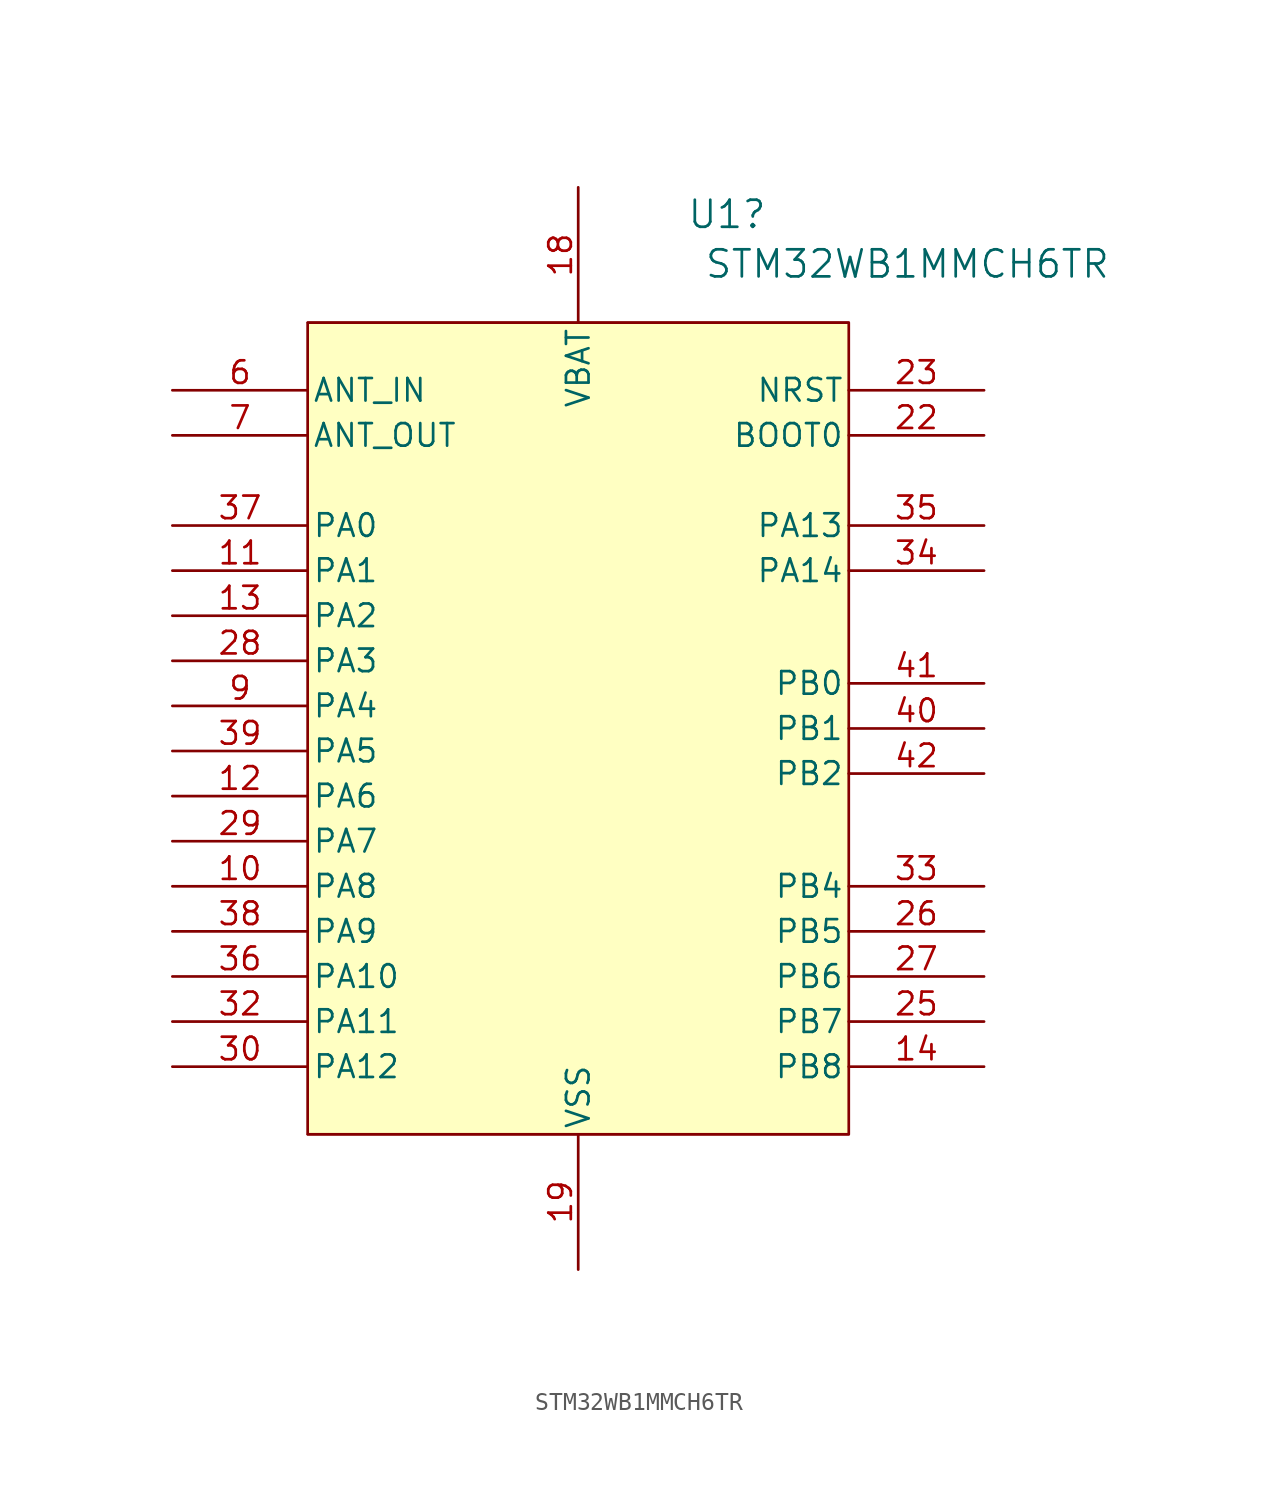
<source format=kicad_sym>
(kicad_symbol_lib
  (version 20241209)
  (generator "kicad_symbol_editor")
  (generator_version "9.0")
  (symbol "STM32WB1MMCH6TR"
    (pin_names
      (offset 0.254))
    (property "Reference" "U1"
      (at 31.242 1.016 0)
      (effects (font (size 1.524 1.524))))
    (property "Value" "STM32WB1MMCH6TR"
      (at 41.402 -1.778 0)
      (effects (font (size 1.524 1.524))))
    (symbol "STM32WB1MMCH6TR_0_1"
      (polyline (pts (xy 7.62 -50.8) (xy 38.1 -50.8)) (stroke (width 0.127) (type default)) (fill (type color) (color 0 0 0 0)))
      (polyline (pts (xy 38.1 -5.08) (xy 7.62 -5.08)) (stroke (width 0.127) (type default)) (fill (type color) (color 0 0 0 0)))
      (pin input line (at 0 -8.89 0) (length 7.62) (name "ANT_IN" (effects (font (size 1.27 1.27)))) (number "6" (effects (font (size 1.27 1.27)))))
      (pin output line (at 0 -11.43 0) (length 7.62) (name "ANT_OUT" (effects (font (size 1.27 1.27)))) (number "7" (effects (font (size 1.27 1.27)))))
      (pin bidirectional line (at 0 -16.51 0) (length 7.62) (name "PA0" (effects (font (size 1.27 1.27)))) (number "37" (effects (font (size 1.27 1.27)))))
      (pin bidirectional line (at 0 -19.05 0) (length 7.62) (name "PA1" (effects (font (size 1.27 1.27)))) (number "11" (effects (font (size 1.27 1.27)))))
      (pin bidirectional line (at 0 -21.59 0) (length 7.62) (name "PA2" (effects (font (size 1.27 1.27)))) (number "13" (effects (font (size 1.27 1.27)))))
      (pin bidirectional line (at 0 -24.13 0) (length 7.62) (name "PA3" (effects (font (size 1.27 1.27)))) (number "28" (effects (font (size 1.27 1.27)))))
      (pin bidirectional line (at 0 -26.67 0) (length 7.62) (name "PA4" (effects (font (size 1.27 1.27)))) (number "9" (effects (font (size 1.27 1.27)))))
      (pin bidirectional line (at 0 -29.21 0) (length 7.62) (name "PA5" (effects (font (size 1.27 1.27)))) (number "39" (effects (font (size 1.27 1.27)))))
      (pin bidirectional line (at 0 -31.75 0) (length 7.62) (name "PA6" (effects (font (size 1.27 1.27)))) (number "12" (effects (font (size 1.27 1.27)))))
      (pin bidirectional line (at 0 -34.29 0) (length 7.62) (name "PA7" (effects (font (size 1.27 1.27)))) (number "29" (effects (font (size 1.27 1.27)))))
      (pin bidirectional line (at 0 -36.83 0) (length 7.62) (name "PA8" (effects (font (size 1.27 1.27)))) (number "10" (effects (font (size 1.27 1.27)))))
      (pin bidirectional line (at 0 -39.37 0) (length 7.62) (name "PA9" (effects (font (size 1.27 1.27)))) (number "38" (effects (font (size 1.27 1.27)))))
      (pin bidirectional line (at 0 -41.91 0) (length 7.62) (name "PA10" (effects (font (size 1.27 1.27)))) (number "36" (effects (font (size 1.27 1.27)))))
      (pin bidirectional line (at 0 -44.45 0) (length 7.62) (name "PA11" (effects (font (size 1.27 1.27)))) (number "32" (effects (font (size 1.27 1.27)))))
      (pin bidirectional line (at 0 -46.99 0) (length 7.62) (name "PA12" (effects (font (size 1.27 1.27)))) (number "30" (effects (font (size 1.27 1.27)))))
      (pin passive line (at 22.86 2.54 270) (length 7.62) (hide yes) (name "VDDA" (effects (font (size 1.27 1.27)))) (number "16" (effects (font (size 1.27 1.27)))))
      (pin power_in line (at 22.86 2.54 270) (length 7.62) (name "VBAT" (effects (font (size 1.27 1.27)))) (number "18" (effects (font (size 1.27 1.27)))))
      (pin passive line (at 22.86 2.54 270) (length 7.62) (hide yes) (name "VDDSMPS" (effects (font (size 1.27 1.27)))) (number "20" (effects (font (size 1.27 1.27)))))
      (pin passive line (at 22.86 -58.42 90) (length 7.62) (hide yes) (name "VSS" (effects (font (size 1.27 1.27)))) (number "1" (effects (font (size 1.27 1.27)))))
      (pin passive line (at 22.86 -58.42 90) (length 7.62) (hide yes) (name "VSS" (effects (font (size 1.27 1.27)))) (number "15" (effects (font (size 1.27 1.27)))))
      (pin passive line (at 22.86 -58.42 90) (length 7.62) (hide yes) (name "VSS" (effects (font (size 1.27 1.27)))) (number "17" (effects (font (size 1.27 1.27)))))
      (pin power_in line (at 22.86 -58.42 90) (length 7.62) (name "VSS" (effects (font (size 1.27 1.27)))) (number "19" (effects (font (size 1.27 1.27)))))
      (pin passive line (at 22.86 -58.42 90) (length 7.62) (hide yes) (name "VSS" (effects (font (size 1.27 1.27)))) (number "2" (effects (font (size 1.27 1.27)))))
      (pin passive line (at 22.86 -58.42 90) (length 7.62) (hide yes) (name "VSSSMPS" (effects (font (size 1.27 1.27)))) (number "21" (effects (font (size 1.27 1.27)))))
      (pin passive line (at 22.86 -58.42 90) (length 7.62) (hide yes) (name "VSS" (effects (font (size 1.27 1.27)))) (number "24" (effects (font (size 1.27 1.27)))))
      (pin passive line (at 22.86 -58.42 90) (length 7.62) (hide yes) (name "VSS" (effects (font (size 1.27 1.27)))) (number "3" (effects (font (size 1.27 1.27)))))
      (pin passive line (at 22.86 -58.42 90) (length 7.62) (hide yes) (name "VSS" (effects (font (size 1.27 1.27)))) (number "31" (effects (font (size 1.27 1.27)))))
      (pin passive line (at 22.86 -58.42 90) (length 7.62) (hide yes) (name "VSS" (effects (font (size 1.27 1.27)))) (number "4" (effects (font (size 1.27 1.27)))))
      (pin passive line (at 22.86 -58.42 90) (length 7.62) (hide yes) (name "VSS" (effects (font (size 1.27 1.27)))) (number "43" (effects (font (size 1.27 1.27)))))
      (pin passive line (at 22.86 -58.42 90) (length 7.62) (hide yes) (name "VSS" (effects (font (size 1.27 1.27)))) (number "44" (effects (font (size 1.27 1.27)))))
      (pin passive line (at 22.86 -58.42 90) (length 7.62) (hide yes) (name "VSS" (effects (font (size 1.27 1.27)))) (number "45" (effects (font (size 1.27 1.27)))))
      (pin passive line (at 22.86 -58.42 90) (length 7.62) (hide yes) (name "VSS" (effects (font (size 1.27 1.27)))) (number "46" (effects (font (size 1.27 1.27)))))
      (pin passive line (at 22.86 -58.42 90) (length 7.62) (hide yes) (name "VSS" (effects (font (size 1.27 1.27)))) (number "47" (effects (font (size 1.27 1.27)))))
      (pin passive line (at 22.86 -58.42 90) (length 7.62) (hide yes) (name "VSS" (effects (font (size 1.27 1.27)))) (number "48" (effects (font (size 1.27 1.27)))))
      (pin passive line (at 22.86 -58.42 90) (length 7.62) (hide yes) (name "VSS" (effects (font (size 1.27 1.27)))) (number "49" (effects (font (size 1.27 1.27)))))
      (pin passive line (at 22.86 -58.42 90) (length 7.62) (hide yes) (name "VSSRF" (effects (font (size 1.27 1.27)))) (number "5" (effects (font (size 1.27 1.27)))))
      (pin passive line (at 22.86 -58.42 90) (length 7.62) (hide yes) (name "VSS" (effects (font (size 1.27 1.27)))) (number "50" (effects (font (size 1.27 1.27)))))
      (pin passive line (at 22.86 -58.42 90) (length 7.62) (hide yes) (name "VSS" (effects (font (size 1.27 1.27)))) (number "51" (effects (font (size 1.27 1.27)))))
      (pin passive line (at 22.86 -58.42 90) (length 7.62) (hide yes) (name "VSS" (effects (font (size 1.27 1.27)))) (number "52" (effects (font (size 1.27 1.27)))))
      (pin passive line (at 22.86 -58.42 90) (length 7.62) (hide yes) (name "VSS" (effects (font (size 1.27 1.27)))) (number "53" (effects (font (size 1.27 1.27)))))
      (pin passive line (at 22.86 -58.42 90) (length 7.62) (hide yes) (name "VSS" (effects (font (size 1.27 1.27)))) (number "54" (effects (font (size 1.27 1.27)))))
      (pin passive line (at 22.86 -58.42 90) (length 7.62) (hide yes) (name "VSS" (effects (font (size 1.27 1.27)))) (number "55" (effects (font (size 1.27 1.27)))))
      (pin passive line (at 22.86 -58.42 90) (length 7.62) (hide yes) (name "VSS" (effects (font (size 1.27 1.27)))) (number "56" (effects (font (size 1.27 1.27)))))
      (pin passive line (at 22.86 -58.42 90) (length 7.62) (hide yes) (name "VSS" (effects (font (size 1.27 1.27)))) (number "57" (effects (font (size 1.27 1.27)))))
      (pin passive line (at 22.86 -58.42 90) (length 7.62) (hide yes) (name "VSS" (effects (font (size 1.27 1.27)))) (number "58" (effects (font (size 1.27 1.27)))))
      (pin passive line (at 22.86 -58.42 90) (length 7.62) (hide yes) (name "VSS" (effects (font (size 1.27 1.27)))) (number "59" (effects (font (size 1.27 1.27)))))
      (pin passive line (at 22.86 -58.42 90) (length 7.62) (hide yes) (name "VSS" (effects (font (size 1.27 1.27)))) (number "60" (effects (font (size 1.27 1.27)))))
      (pin passive line (at 22.86 -58.42 90) (length 7.62) (hide yes) (name "VSS" (effects (font (size 1.27 1.27)))) (number "61" (effects (font (size 1.27 1.27)))))
      (pin passive line (at 22.86 -58.42 90) (length 7.62) (hide yes) (name "VSS" (effects (font (size 1.27 1.27)))) (number "62" (effects (font (size 1.27 1.27)))))
      (pin passive line (at 22.86 -58.42 90) (length 7.62) (hide yes) (name "VSS" (effects (font (size 1.27 1.27)))) (number "63" (effects (font (size 1.27 1.27)))))
      (pin passive line (at 22.86 -58.42 90) (length 7.62) (hide yes) (name "VSS" (effects (font (size 1.27 1.27)))) (number "64" (effects (font (size 1.27 1.27)))))
      (pin passive line (at 22.86 -58.42 90) (length 7.62) (hide yes) (name "VSS" (effects (font (size 1.27 1.27)))) (number "65" (effects (font (size 1.27 1.27)))))
      (pin passive line (at 22.86 -58.42 90) (length 7.62) (hide yes) (name "VSS" (effects (font (size 1.27 1.27)))) (number "66" (effects (font (size 1.27 1.27)))))
      (pin passive line (at 22.86 -58.42 90) (length 7.62) (hide yes) (name "VSS" (effects (font (size 1.27 1.27)))) (number "67" (effects (font (size 1.27 1.27)))))
      (pin passive line (at 22.86 -58.42 90) (length 7.62) (hide yes) (name "VSS" (effects (font (size 1.27 1.27)))) (number "68" (effects (font (size 1.27 1.27)))))
      (pin passive line (at 22.86 -58.42 90) (length 7.62) (hide yes) (name "VSS" (effects (font (size 1.27 1.27)))) (number "69" (effects (font (size 1.27 1.27)))))
      (pin passive line (at 22.86 -58.42 90) (length 7.62) (hide yes) (name "VSS" (effects (font (size 1.27 1.27)))) (number "70" (effects (font (size 1.27 1.27)))))
      (pin passive line (at 22.86 -58.42 90) (length 7.62) (hide yes) (name "VSS" (effects (font (size 1.27 1.27)))) (number "71" (effects (font (size 1.27 1.27)))))
      (pin passive line (at 22.86 -58.42 90) (length 7.62) (hide yes) (name "VSS" (effects (font (size 1.27 1.27)))) (number "72" (effects (font (size 1.27 1.27)))))
      (pin passive line (at 22.86 -58.42 90) (length 7.62) (hide yes) (name "VSS" (effects (font (size 1.27 1.27)))) (number "73" (effects (font (size 1.27 1.27)))))
      (pin passive line (at 22.86 -58.42 90) (length 7.62) (hide yes) (name "VSS" (effects (font (size 1.27 1.27)))) (number "74" (effects (font (size 1.27 1.27)))))
      (pin passive line (at 22.86 -58.42 90) (length 7.62) (hide yes) (name "VSS" (effects (font (size 1.27 1.27)))) (number "75" (effects (font (size 1.27 1.27)))))
      (pin passive line (at 22.86 -58.42 90) (length 7.62) (hide yes) (name "VSS" (effects (font (size 1.27 1.27)))) (number "76" (effects (font (size 1.27 1.27)))))
      (pin passive line (at 22.86 -58.42 90) (length 7.62) (hide yes) (name "VSS" (effects (font (size 1.27 1.27)))) (number "77" (effects (font (size 1.27 1.27)))))
      (pin passive line (at 22.86 -58.42 90) (length 7.62) (hide yes) (name "VSSRF" (effects (font (size 1.27 1.27)))) (number "8" (effects (font (size 1.27 1.27)))))
      (pin bidirectional line (at 45.72 -8.89 180) (length 7.62) (name "NRST" (effects (font (size 1.27 1.27)))) (number "23" (effects (font (size 1.27 1.27)))))
      (pin input line (at 45.72 -11.43 180) (length 7.62) (name "BOOT0" (effects (font (size 1.27 1.27)))) (number "22" (effects (font (size 1.27 1.27)))))
      (pin bidirectional line (at 45.72 -16.51 180) (length 7.62) (name "PA13" (effects (font (size 1.27 1.27)))) (number "35" (effects (font (size 1.27 1.27)))))
      (pin bidirectional line (at 45.72 -19.05 180) (length 7.62) (name "PA14" (effects (font (size 1.27 1.27)))) (number "34" (effects (font (size 1.27 1.27)))))
      (pin bidirectional line (at 45.72 -25.4 180) (length 7.62) (name "PB0" (effects (font (size 1.27 1.27)))) (number "41" (effects (font (size 1.27 1.27)))))
      (pin bidirectional line (at 45.72 -27.94 180) (length 7.62) (name "PB1" (effects (font (size 1.27 1.27)))) (number "40" (effects (font (size 1.27 1.27)))))
      (pin bidirectional line (at 45.72 -30.48 180) (length 7.62) (name "PB2" (effects (font (size 1.27 1.27)))) (number "42" (effects (font (size 1.27 1.27)))))
      (pin bidirectional line (at 45.72 -36.83 180) (length 7.62) (name "PB4" (effects (font (size 1.27 1.27)))) (number "33" (effects (font (size 1.27 1.27)))))
      (pin bidirectional line (at 45.72 -39.37 180) (length 7.62) (name "PB5" (effects (font (size 1.27 1.27)))) (number "26" (effects (font (size 1.27 1.27)))))
      (pin bidirectional line (at 45.72 -41.91 180) (length 7.62) (name "PB6" (effects (font (size 1.27 1.27)))) (number "27" (effects (font (size 1.27 1.27)))))
      (pin bidirectional line (at 45.72 -44.45 180) (length 7.62) (name "PB7" (effects (font (size 1.27 1.27)))) (number "25" (effects (font (size 1.27 1.27)))))
      (pin bidirectional line (at 45.72 -46.99 180) (length 7.62) (name "PB8" (effects (font (size 1.27 1.27)))) (number "14" (effects (font (size 1.27 1.27))))))
    (symbol "STM32WB1MMCH6TR_1_1"
      (rectangle (start 7.62 -5.08) (end 38.1 -50.8) (stroke (width 0) (type solid)) (fill (type color) (color 255 255 194 1))))))
</source>
